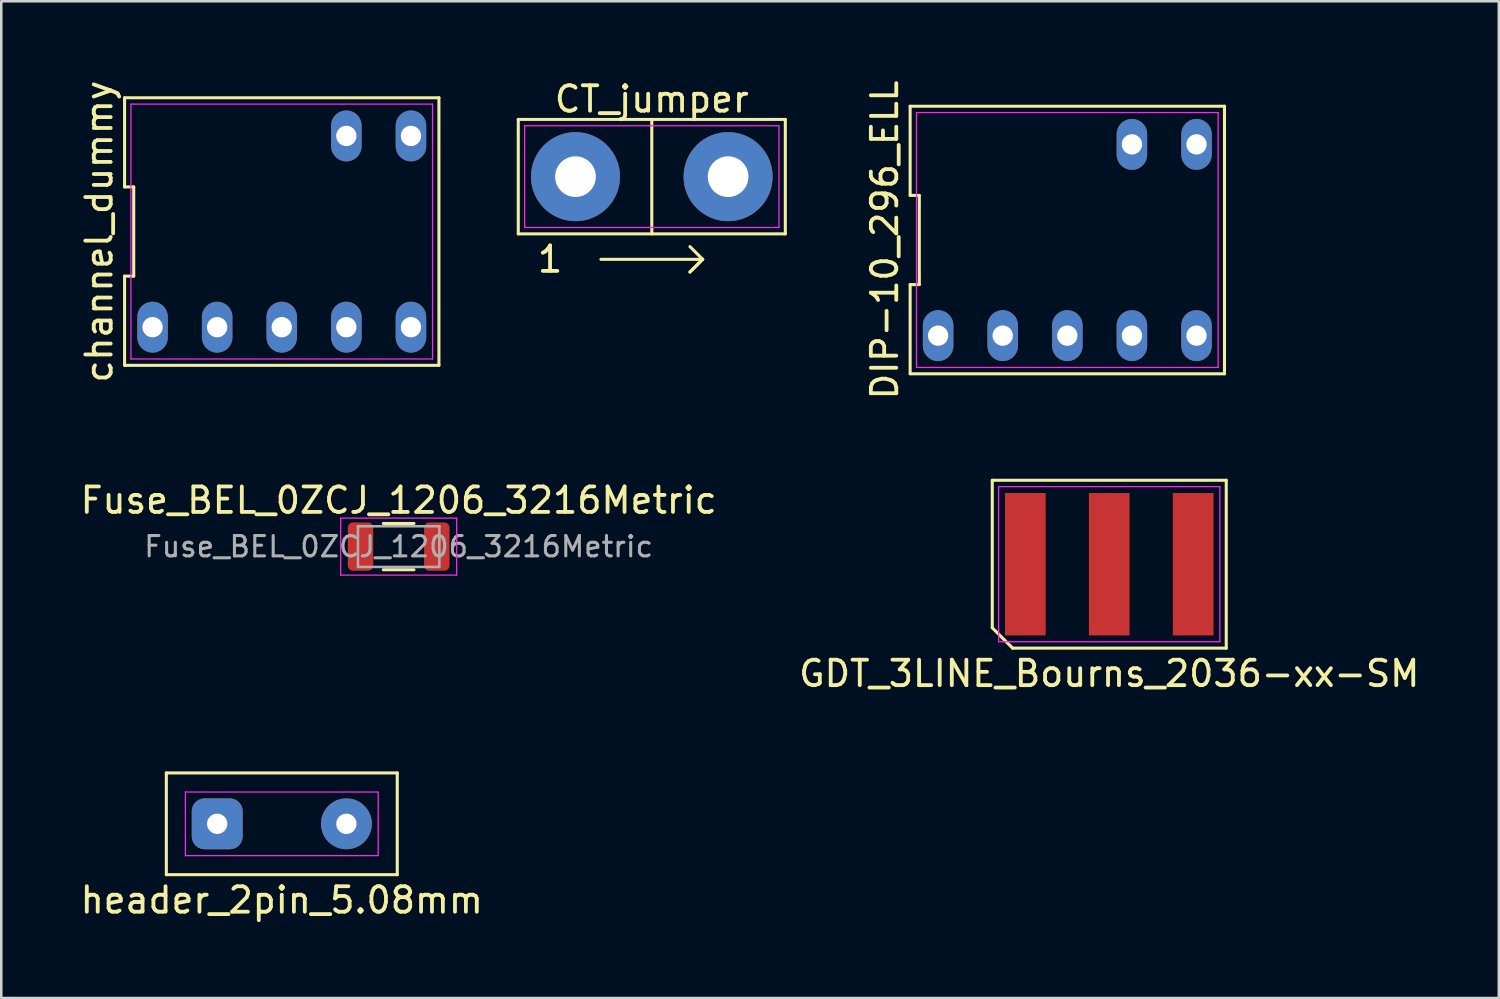
<source format=kicad_pcb>
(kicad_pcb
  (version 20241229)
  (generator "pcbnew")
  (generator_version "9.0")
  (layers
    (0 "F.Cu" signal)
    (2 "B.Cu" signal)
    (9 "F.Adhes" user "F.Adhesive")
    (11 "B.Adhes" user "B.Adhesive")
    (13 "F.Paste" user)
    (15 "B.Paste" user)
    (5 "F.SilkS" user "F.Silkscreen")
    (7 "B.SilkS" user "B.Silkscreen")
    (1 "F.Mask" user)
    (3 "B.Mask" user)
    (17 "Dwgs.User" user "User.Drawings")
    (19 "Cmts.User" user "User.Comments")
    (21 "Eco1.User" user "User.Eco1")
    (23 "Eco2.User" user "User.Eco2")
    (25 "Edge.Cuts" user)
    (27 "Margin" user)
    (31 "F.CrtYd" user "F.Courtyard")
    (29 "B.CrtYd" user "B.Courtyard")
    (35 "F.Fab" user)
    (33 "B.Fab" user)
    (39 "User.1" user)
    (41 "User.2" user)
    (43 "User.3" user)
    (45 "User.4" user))
  (footprint "CT_jumper"
    (layer "F.Cu")
    (at 22.578 3.896)
    (property "Reference" "CT_jumper" (at 0 -3.048 0) (layer "F.SilkS") (effects (font (size 1 1) (thickness 0.15))))
    (attr through_hole)
    (fp_line (start -5.25 -2.25) (end 5.25 -2.25) (stroke (width 0.12) (type solid)) (layer "F.SilkS"))
    (fp_line (start -5.25 2.25) (end -5.25 -2.25) (stroke (width 0.12) (type solid)) (layer "F.SilkS"))
    (fp_line (start -2 3.25) (end 2 3.25) (stroke (width 0.12) (type solid)) (layer "F.SilkS"))
    (fp_line (start 0 -2.25) (end 0 2.25) (stroke (width 0.12) (type solid)) (layer "F.SilkS"))
    (fp_line (start 1.5 3.75) (end 2 3.25) (stroke (width 0.12) (type solid)) (layer "F.SilkS"))
    (fp_line (start 2 3.25) (end 1.5 2.75) (stroke (width 0.12) (type solid)) (layer "F.SilkS"))
    (fp_line (start 2 3.25) (end 1.5 3.75) (stroke (width 0.12) (type solid)) (layer "F.SilkS"))
    (fp_line (start 5.25 -2.25) (end 5.25 2.25) (stroke (width 0.12) (type solid)) (layer "F.SilkS"))
    (fp_line (start 5.25 2.25) (end -5.25 2.25) (stroke (width 0.12) (type solid)) (layer "F.SilkS"))
    (fp_line (start -5 -2) (end 5 -2) (stroke (width 0.05) (type solid)) (layer "F.CrtYd"))
    (fp_line (start -5 2) (end -5 -2) (stroke (width 0.05) (type solid)) (layer "F.CrtYd"))
    (fp_line (start 5 -2) (end 5 2) (stroke (width 0.05) (type solid)) (layer "F.CrtYd"))
    (fp_line (start 5 2) (end -5 2) (stroke (width 0.05) (type solid)) (layer "F.CrtYd"))
    (fp_text user "1" (at -4 3.25 0) (layer "F.SilkS") (effects (font (size 1 1) (thickness 0.15))))
    (pad "1" thru_hole circle (at -3 0) (size 3.5 3.5) (drill 1.6) (layers "*.Cu" "*.Mask"))
    (pad "2" thru_hole circle (at 3 0) (size 3.5 3.5) (drill 1.6) (layers "*.Cu" "*.Mask")))
  (footprint "channel_dummy"
    (layer "F.Cu")
    (at 8.028 6.054)
    (property "Reference" "channel_dummy" (at -7.18 0 90) (layer "F.SilkS") (effects (font (size 1 1) (thickness 0.15))))
    (attr through_hole)
    (fp_line (start -6.18 -5.26) (end -6.18 -1.753) (stroke (width 0.12) (type solid)) (layer "F.SilkS"))
    (fp_line (start -6.18 -1.753) (end -5.82 -1.753) (stroke (width 0.12) (type solid)) (layer "F.SilkS"))
    (fp_line (start -6.18 1.753) (end -6.18 5.26) (stroke (width 0.12) (type solid)) (layer "F.SilkS"))
    (fp_line (start -6.18 5.26) (end 6.18 5.26) (stroke (width 0.12) (type solid)) (layer "F.SilkS"))
    (fp_line (start -5.82 -1.753) (end -5.82 1.753) (stroke (width 0.12) (type solid)) (layer "F.SilkS"))
    (fp_line (start -5.82 1.753) (end -6.18 1.753) (stroke (width 0.12) (type solid)) (layer "F.SilkS"))
    (fp_line (start 6.18 -5.26) (end -6.18 -5.26) (stroke (width 0.12) (type solid)) (layer "F.SilkS"))
    (fp_line (start 6.18 5.26) (end 6.18 -5.26) (stroke (width 0.12) (type solid)) (layer "F.SilkS"))
    (fp_line (start -5.93 -5.01) (end 5.93 -5.01) (stroke (width 0.05) (type solid)) (layer "F.CrtYd"))
    (fp_line (start -5.93 5.01) (end -5.93 -5.01) (stroke (width 0.05) (type solid)) (layer "F.CrtYd"))
    (fp_line (start 5.93 -5.01) (end 5.93 5.01) (stroke (width 0.05) (type solid)) (layer "F.CrtYd"))
    (fp_line (start 5.93 5.01) (end -5.93 5.01) (stroke (width 0.05) (type solid)) (layer "F.CrtYd"))
    (pad "1" thru_hole oval (at -5.08 3.76) (size 1.2 2) (drill 0.8) (layers "*.Cu" "*.Mask"))
    (pad "2" thru_hole oval (at -2.54 3.76) (size 1.2 2) (drill 0.8) (layers "*.Cu" "*.Mask"))
    (pad "3" thru_hole oval (at 0 3.76) (size 1.2 2) (drill 0.8) (layers "*.Cu" "*.Mask"))
    (pad "4" thru_hole oval (at 2.54 3.76) (size 1.2 2) (drill 0.8) (layers "*.Cu" "*.Mask"))
    (pad "5" thru_hole oval (at 5.08 3.76) (size 1.2 2) (drill 0.8) (layers "*.Cu" "*.Mask"))
    (pad "6" thru_hole oval (at 5.08 -3.76) (size 1.2 2) (drill 0.8) (layers "*.Cu" "*.Mask"))
    (pad "7" thru_hole oval (at 2.54 -3.76) (size 1.2 2) (drill 0.8) (layers "*.Cu" "*.Mask")))
  (footprint "header_2pin_5.08mm"
    (layer "F.Cu")
    (at 8.03 29.342)
    (property "Reference" "header_2pin_5.08mm" (at 0 3 0) (layer "F.SilkS") (effects (font (size 1 1) (thickness 0.15))))
    (attr through_hole)
    (fp_line (start -4.54 -2) (end 4.54 -2) (stroke (width 0.12) (type solid)) (layer "F.SilkS"))
    (fp_line (start -4.54 2) (end -4.54 -2) (stroke (width 0.12) (type solid)) (layer "F.SilkS"))
    (fp_line (start 4.54 -2) (end 4.54 2) (stroke (width 0.12) (type solid)) (layer "F.SilkS"))
    (fp_line (start 4.54 2) (end -4.54 2) (stroke (width 0.12) (type solid)) (layer "F.SilkS"))
    (fp_line (start -3.79 -1.25) (end 3.79 -1.25) (stroke (width 0.05) (type solid)) (layer "F.CrtYd"))
    (fp_line (start -3.79 1.25) (end -3.79 -1.25) (stroke (width 0.05) (type solid)) (layer "F.CrtYd"))
    (fp_line (start 3.79 -1.25) (end 3.79 1.25) (stroke (width 0.05) (type solid)) (layer "F.CrtYd"))
    (fp_line (start 3.79 1.25) (end -3.79 1.25) (stroke (width 0.05) (type solid)) (layer "F.CrtYd"))
    (pad "1" thru_hole roundrect (at -2.54 0) (size 2 2) (drill 0.8) (layers "*.Cu" "*.Mask") (roundrect_rratio 0.25))
    (pad "2" thru_hole circle (at 2.54 0) (size 2 2) (drill 0.8) (layers "*.Cu" "*.Mask")))
  (footprint "Fuse_BEL_0ZCJ_1206_3216Metric"
    (layer "F.Cu")
    (at 12.625 18.442)
    (property "Reference" "Fuse_BEL_0ZCJ_1206_3216Metric" (at 0 -1.82 0) (layer "F.SilkS") (effects (font (size 1 1) (thickness 0.15))))
    (attr smd)
    (fp_line (start -0.602 -0.91) (end 0.602 -0.91) (stroke (width 0.12) (type solid)) (layer "F.SilkS"))
    (fp_line (start -0.602 0.91) (end 0.602 0.91) (stroke (width 0.12) (type solid)) (layer "F.SilkS"))
    (fp_line (start -2.28 -1.12) (end 2.28 -1.12) (stroke (width 0.05) (type solid)) (layer "F.CrtYd"))
    (fp_line (start -2.28 1.12) (end -2.28 -1.12) (stroke (width 0.05) (type solid)) (layer "F.CrtYd"))
    (fp_line (start 2.28 -1.12) (end 2.28 1.12) (stroke (width 0.05) (type solid)) (layer "F.CrtYd"))
    (fp_line (start 2.28 1.12) (end -2.28 1.12) (stroke (width 0.05) (type solid)) (layer "F.CrtYd"))
    (fp_line (start -1.6 -0.8) (end 1.6 -0.8) (stroke (width 0.1) (type solid)) (layer "F.Fab"))
    (fp_line (start -1.6 0.8) (end -1.6 -0.8) (stroke (width 0.1) (type solid)) (layer "F.Fab"))
    (fp_line (start 1.6 -0.8) (end 1.6 0.8) (stroke (width 0.1) (type solid)) (layer "F.Fab"))
    (fp_line (start 1.6 0.8) (end -1.6 0.8) (stroke (width 0.1) (type solid)) (layer "F.Fab"))
    (fp_text user "${REFERENCE}" (at 0 0 0) (layer "F.Fab") (effects (font (size 0.8 0.8) (thickness 0.12))))
    (pad "1" smd roundrect (at -1.5 0) (size 1 1.9) (layers "F.Cu" "F.Mask" "F.Paste") (roundrect_rratio 0.2))
    (pad "2" smd roundrect (at 1.5 0) (size 1 1.9) (layers "F.Cu" "F.Mask" "F.Paste") (roundrect_rratio 0.2)))
  (footprint "DIP-10_296_ELL"
    (layer "F.Cu")
    (at 38.916 6.387)
    (property "Reference" "DIP-10_296_ELL" (at -7.18 0 90) (layer "F.SilkS") (effects (font (size 1 1) (thickness 0.15))))
    (attr through_hole)
    (fp_line (start -6.18 -5.26) (end -6.18 -1.753) (stroke (width 0.12) (type solid)) (layer "F.SilkS"))
    (fp_line (start -6.18 -1.753) (end -5.82 -1.753) (stroke (width 0.12) (type solid)) (layer "F.SilkS"))
    (fp_line (start -6.18 1.753) (end -6.18 5.26) (stroke (width 0.12) (type solid)) (layer "F.SilkS"))
    (fp_line (start -6.18 5.26) (end 6.18 5.26) (stroke (width 0.12) (type solid)) (layer "F.SilkS"))
    (fp_line (start -5.82 -1.753) (end -5.82 1.753) (stroke (width 0.12) (type solid)) (layer "F.SilkS"))
    (fp_line (start -5.82 1.753) (end -6.18 1.753) (stroke (width 0.12) (type solid)) (layer "F.SilkS"))
    (fp_line (start 6.18 -5.26) (end -6.18 -5.26) (stroke (width 0.12) (type solid)) (layer "F.SilkS"))
    (fp_line (start 6.18 5.26) (end 6.18 -5.26) (stroke (width 0.12) (type solid)) (layer "F.SilkS"))
    (fp_line (start -5.93 -5.01) (end 5.93 -5.01) (stroke (width 0.05) (type solid)) (layer "F.CrtYd"))
    (fp_line (start -5.93 5.01) (end -5.93 -5.01) (stroke (width 0.05) (type solid)) (layer "F.CrtYd"))
    (fp_line (start 5.93 -5.01) (end 5.93 5.01) (stroke (width 0.05) (type solid)) (layer "F.CrtYd"))
    (fp_line (start 5.93 5.01) (end -5.93 5.01) (stroke (width 0.05) (type solid)) (layer "F.CrtYd"))
    (pad "1" thru_hole oval (at -5.08 3.76) (size 1.2 2) (drill 0.8) (layers "*.Cu" "*.Mask"))
    (pad "2" thru_hole oval (at -2.54 3.76) (size 1.2 2) (drill 0.8) (layers "*.Cu" "*.Mask"))
    (pad "3" thru_hole oval (at 0 3.76) (size 1.2 2) (drill 0.8) (layers "*.Cu" "*.Mask"))
    (pad "4" thru_hole oval (at 2.54 3.76) (size 1.2 2) (drill 0.8) (layers "*.Cu" "*.Mask"))
    (pad "5" thru_hole oval (at 5.08 3.76) (size 1.2 2) (drill 0.8) (layers "*.Cu" "*.Mask"))
    (pad "6" thru_hole oval (at 5.08 -3.76) (size 1.2 2) (drill 0.8) (layers "*.Cu" "*.Mask"))
    (pad "7" thru_hole oval (at 2.54 -3.76) (size 1.2 2) (drill 0.8) (layers "*.Cu" "*.Mask")))
  (footprint "GDT_3LINE_Bourns_2036-xx-SM"
    (layer "F.Cu")
    (at 40.565 19.134)
    (property "Reference" "GDT_3LINE_Bourns_2036-xx-SM" (at 0 4.3 0) (layer "F.SilkS") (effects (font (size 1 1) (thickness 0.15))))
    (attr smd)
    (fp_line (start -4.6 -3.3) (end 4.6 -3.3) (stroke (width 0.12) (type solid)) (layer "F.SilkS"))
    (fp_line (start -4.6 2.5) (end -4.6 -3.3) (stroke (width 0.12) (type solid)) (layer "F.SilkS"))
    (fp_line (start -3.8 3.3) (end -4.6 2.5) (stroke (width 0.12) (type solid)) (layer "F.SilkS"))
    (fp_line (start 4.6 -3.3) (end 4.6 3.3) (stroke (width 0.12) (type solid)) (layer "F.SilkS"))
    (fp_line (start 4.6 3.3) (end -3.8 3.3) (stroke (width 0.12) (type solid)) (layer "F.SilkS"))
    (fp_line (start -4.35 -3.05) (end 4.35 -3.05) (stroke (width 0.05) (type solid)) (layer "F.CrtYd"))
    (fp_line (start -4.35 3.05) (end -4.35 -3.05) (stroke (width 0.05) (type solid)) (layer "F.CrtYd"))
    (fp_line (start 4.35 -3.05) (end 4.35 3.05) (stroke (width 0.05) (type solid)) (layer "F.CrtYd"))
    (fp_line (start 4.35 3.05) (end -4.35 3.05) (stroke (width 0.05) (type solid)) (layer "F.CrtYd"))
    (pad "1" smd rect (at -3.3 0) (size 1.6 5.6) (layers "F.Cu" "F.Mask" "F.Paste"))
    (pad "2" smd rect (at 0 0) (size 1.6 5.6) (layers "F.Cu" "F.Mask" "F.Paste"))
    (pad "3" smd rect (at 3.3 0) (size 1.6 5.6) (layers "F.Cu" "F.Mask" "F.Paste")))
  (gr_rect
    (start -3 -3)
    (end 55.881 36.19)
    (stroke (width 0.1) (type default))
    (fill no)
    (layer "Edge.Cuts")))
</source>
